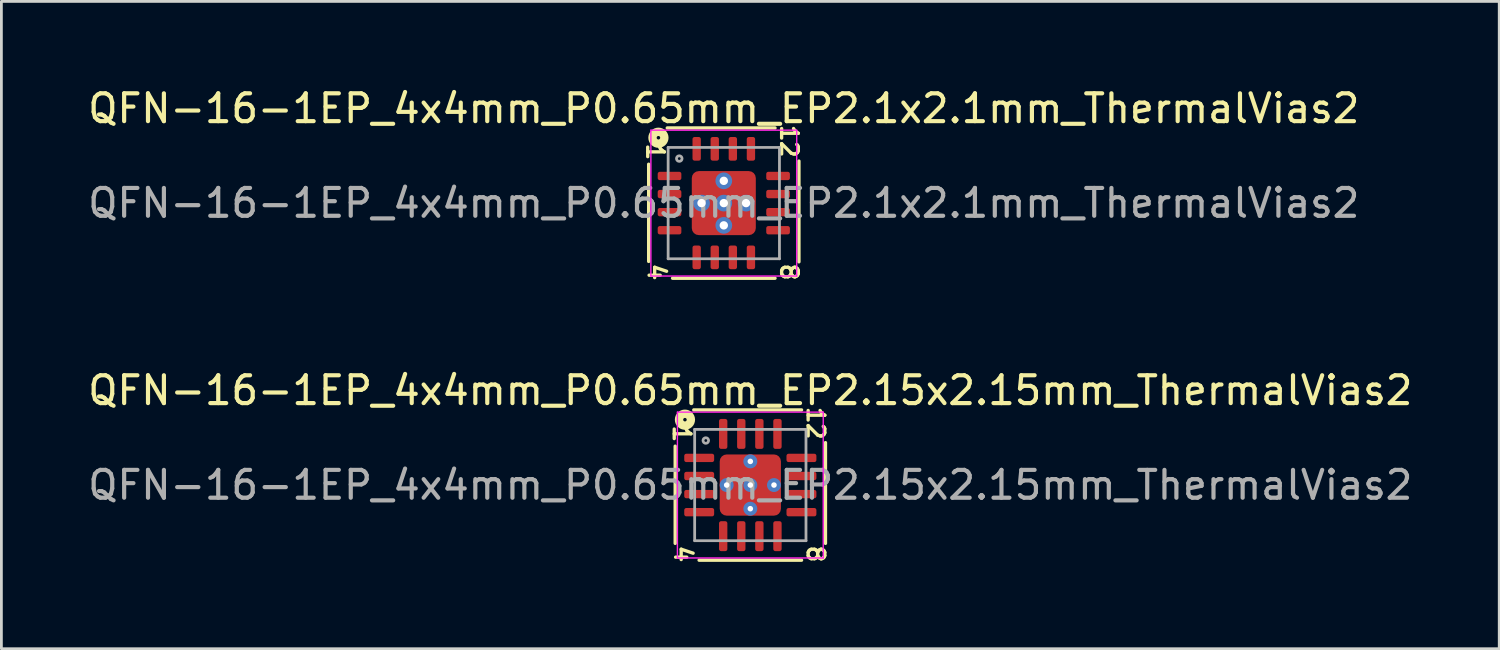
<source format=kicad_pcb>
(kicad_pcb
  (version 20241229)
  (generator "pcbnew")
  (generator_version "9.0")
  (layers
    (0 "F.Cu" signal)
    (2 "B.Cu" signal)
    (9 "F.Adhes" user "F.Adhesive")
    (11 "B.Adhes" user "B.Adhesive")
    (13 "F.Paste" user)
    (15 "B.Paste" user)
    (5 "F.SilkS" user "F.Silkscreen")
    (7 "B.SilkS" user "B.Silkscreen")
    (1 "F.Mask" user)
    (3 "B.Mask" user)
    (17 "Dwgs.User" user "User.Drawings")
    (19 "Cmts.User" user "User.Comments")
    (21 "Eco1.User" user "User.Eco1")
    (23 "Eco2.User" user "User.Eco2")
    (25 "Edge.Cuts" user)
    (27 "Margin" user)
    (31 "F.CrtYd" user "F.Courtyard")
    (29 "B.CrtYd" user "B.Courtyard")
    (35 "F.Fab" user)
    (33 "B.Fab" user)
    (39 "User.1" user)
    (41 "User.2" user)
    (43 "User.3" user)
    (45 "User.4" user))
  (footprint "QFN-16-1EP_4x4mm_P0.65mm_EP2.15x2.15mm_ThermalVias2"
    (layer "F.Cu")
    (at 23.911 14.379)
    (property "Reference" "QFN-16-1EP_4x4mm_P0.65mm_EP2.15x2.15mm_ThermalVias2" (at 0 -3.4 0) (layer "F.SilkS") (effects (font (size 1 1) (thickness 0.15))))
    (attr smd)
    (fp_line (start -2.7 -1.397) (end -2.7 2.095) (stroke (width 0.12) (type solid)) (layer "F.SilkS"))
    (fp_line (start -1.841 2.7) (end 1.841 2.7) (stroke (width 0.12) (type solid)) (layer "F.SilkS"))
    (fp_line (start 1.841 -2.7) (end -2.032 -2.7) (stroke (width 0.12) (type solid)) (layer "F.SilkS"))
    (fp_line (start 2.7 2.095) (end 2.7 -1.524) (stroke (width 0.12) (type solid)) (layer "F.SilkS"))
    (fp_circle (center -2.349 -2.349) (end -2.286 -2.349) (stroke (width 0.3) (type solid)) (fill no) (layer "F.SilkS"))
    (fp_line (start -2.62 -2.62) (end -2.62 2.62) (stroke (width 0.05) (type solid)) (layer "F.CrtYd"))
    (fp_line (start -2.62 2.62) (end 2.62 2.62) (stroke (width 0.05) (type solid)) (layer "F.CrtYd"))
    (fp_line (start 2.62 -2.62) (end -2.62 -2.62) (stroke (width 0.05) (type solid)) (layer "F.CrtYd"))
    (fp_line (start 2.62 2.62) (end 2.62 -2.62) (stroke (width 0.05) (type solid)) (layer "F.CrtYd"))
    (fp_line (start -2 -2) (end 2 -2) (stroke (width 0.1) (type solid)) (layer "F.Fab"))
    (fp_line (start -2 2) (end -2 -2) (stroke (width 0.1) (type solid)) (layer "F.Fab"))
    (fp_line (start 2 -2) (end 2 2) (stroke (width 0.1) (type solid)) (layer "F.Fab"))
    (fp_line (start 2 2) (end -2 2) (stroke (width 0.1) (type solid)) (layer "F.Fab"))
    (fp_circle (center -1.6 -1.6) (end -1.5 -1.6) (stroke (width 0.1) (type solid)) (fill no) (layer "F.Fab"))
    (fp_text user "4" (at -2.413 2.477 270) (unlocked yes) (layer "F.SilkS") (effects (font (size 0.6 0.6) (thickness 0.12))))
    (fp_text user "8" (at 2.349 2.477 270) (unlocked yes) (layer "F.SilkS") (effects (font (size 0.6 0.6) (thickness 0.12))))
    (fp_text user "12" (at 2.349 -2.223 270) (unlocked yes) (layer "F.SilkS") (effects (font (size 0.6 0.6) (thickness 0.12))))
    (fp_text user "1" (at -2.463 -1.841 270) (unlocked yes) (layer "F.SilkS") (effects (font (size 0.6 0.6) (thickness 0.12))))
    (fp_text user "${REFERENCE}" (at 0 0 0) (layer "F.Fab") (effects (font (size 1 1) (thickness 0.15))))
    (pad "" smd roundrect (at -0.625 -0.625) (size 0.6 0.6) (layers "F.Paste") (roundrect_rratio 0.25))
    (pad "" smd roundrect (at -0.625 -0.625) (size 0.75 0.75) (layers "F.Mask") (roundrect_rratio 0.25))
    (pad "" smd roundrect (at -0.625 0.625) (size 0.6 0.6) (layers "F.Paste") (roundrect_rratio 0.25))
    (pad "" smd roundrect (at -0.625 0.625) (size 0.75 0.75) (layers "F.Mask") (roundrect_rratio 0.25))
    (pad "" smd roundrect (at 0.625 -0.625) (size 0.6 0.6) (layers "F.Paste") (roundrect_rratio 0.25))
    (pad "" smd roundrect (at 0.625 -0.625) (size 0.75 0.75) (layers "F.Mask") (roundrect_rratio 0.25))
    (pad "" smd roundrect (at 0.625 0.625) (size 0.6 0.6) (layers "F.Paste") (roundrect_rratio 0.25))
    (pad "" smd roundrect (at 0.625 0.625) (size 0.75 0.75) (layers "F.Mask") (roundrect_rratio 0.25))
    (pad "1" smd roundrect (at -1.837 -0.975) (size 1.075 0.3) (layers "F.Cu" "F.Mask" "F.Paste") (roundrect_rratio 0.25))
    (pad "2" smd roundrect (at -1.837 -0.325) (size 1.075 0.3) (layers "F.Cu" "F.Mask" "F.Paste") (roundrect_rratio 0.25))
    (pad "3" smd roundrect (at -1.837 0.325) (size 1.075 0.3) (layers "F.Cu" "F.Mask" "F.Paste") (roundrect_rratio 0.25))
    (pad "4" smd roundrect (at -1.837 0.975) (size 1.075 0.3) (layers "F.Cu" "F.Mask" "F.Paste") (roundrect_rratio 0.25))
    (pad "5" smd roundrect (at -0.975 1.837) (size 0.3 1.075) (layers "F.Cu" "F.Mask" "F.Paste") (roundrect_rratio 0.25))
    (pad "6" smd roundrect (at -0.325 1.837) (size 0.3 1.075) (layers "F.Cu" "F.Mask" "F.Paste") (roundrect_rratio 0.25))
    (pad "7" smd roundrect (at 0.325 1.837) (size 0.3 1.075) (layers "F.Cu" "F.Mask" "F.Paste") (roundrect_rratio 0.25))
    (pad "8" smd roundrect (at 0.975 1.837) (size 0.3 1.075) (layers "F.Cu" "F.Mask" "F.Paste") (roundrect_rratio 0.25))
    (pad "9" smd roundrect (at 1.837 0.975) (size 1.075 0.3) (layers "F.Cu" "F.Mask" "F.Paste") (roundrect_rratio 0.25))
    (pad "10" smd roundrect (at 1.837 0.325) (size 1.075 0.3) (layers "F.Cu" "F.Mask" "F.Paste") (roundrect_rratio 0.25))
    (pad "11" smd roundrect (at 1.837 -0.325) (size 1.075 0.3) (layers "F.Cu" "F.Mask" "F.Paste") (roundrect_rratio 0.25))
    (pad "12" smd roundrect (at 1.837 -0.975) (size 1.075 0.3) (layers "F.Cu" "F.Mask" "F.Paste") (roundrect_rratio 0.25))
    (pad "13" smd roundrect (at 0.975 -1.837) (size 0.3 1.075) (layers "F.Cu" "F.Mask" "F.Paste") (roundrect_rratio 0.25))
    (pad "14" smd roundrect (at 0.325 -1.837) (size 0.3 1.075) (layers "F.Cu" "F.Mask" "F.Paste") (roundrect_rratio 0.25))
    (pad "15" smd roundrect (at -0.325 -1.837) (size 0.3 1.075) (layers "F.Cu" "F.Mask" "F.Paste") (roundrect_rratio 0.25))
    (pad "16" smd roundrect (at -0.975 -1.837) (size 0.3 1.075) (layers "F.Cu" "F.Mask" "F.Paste") (roundrect_rratio 0.25))
    (pad "17" thru_hole circle (at -0.85 0) (size 0.5 0.5) (drill 0.2) (property pad_prop_heatsink) (layers "*.Cu" "*.Mask"))
    (pad "17" thru_hole circle (at 0 -0.85) (size 0.5 0.5) (drill 0.2) (property pad_prop_heatsink) (layers "*.Cu" "*.Mask"))
    (pad "17" thru_hole circle (at 0 0) (size 0.5 0.5) (drill 0.2) (property pad_prop_heatsink) (layers "*.Cu" "*.Mask"))
    (pad "17" smd roundrect (at 0 0) (size 2.2 2.2) (layers "F.Cu") (roundrect_rratio 0.114))
    (pad "17" thru_hole circle (at 0 0.85) (size 0.5 0.5) (drill 0.2) (property pad_prop_heatsink) (layers "*.Cu" "*.Mask"))
    (pad "17" thru_hole circle (at 0.85 0) (size 0.5 0.5) (drill 0.2) (property pad_prop_heatsink) (layers "*.Cu" "*.Mask")))
  (footprint "QFN-16-1EP_4x4mm_P0.65mm_EP2.1x2.1mm_ThermalVias2"
    (layer "F.Cu")
    (at 22.958 4.248)
    (property "Reference" "QFN-16-1EP_4x4mm_P0.65mm_EP2.1x2.1mm_ThermalVias2" (at 0 -3.4 0) (layer "F.SilkS") (effects (font (size 1 1) (thickness 0.15))))
    (attr smd)
    (fp_line (start -2.7 -1.397) (end -2.7 2.095) (stroke (width 0.12) (type solid)) (layer "F.SilkS"))
    (fp_line (start -1.841 2.7) (end 1.841 2.7) (stroke (width 0.12) (type solid)) (layer "F.SilkS"))
    (fp_line (start 1.841 -2.7) (end -2.032 -2.7) (stroke (width 0.12) (type solid)) (layer "F.SilkS"))
    (fp_line (start 2.7 2.11) (end 2.7 -1.51) (stroke (width 0.12) (type solid)) (layer "F.SilkS"))
    (fp_circle (center -2.349 -2.349) (end -2.286 -2.349) (stroke (width 0.3) (type solid)) (fill no) (layer "F.SilkS"))
    (fp_line (start -2.62 -2.62) (end -2.62 2.62) (stroke (width 0.05) (type solid)) (layer "F.CrtYd"))
    (fp_line (start -2.62 2.62) (end 2.62 2.62) (stroke (width 0.05) (type solid)) (layer "F.CrtYd"))
    (fp_line (start 2.62 -2.62) (end -2.62 -2.62) (stroke (width 0.05) (type solid)) (layer "F.CrtYd"))
    (fp_line (start 2.62 2.62) (end 2.62 -2.62) (stroke (width 0.05) (type solid)) (layer "F.CrtYd"))
    (fp_line (start -2 -2) (end 2 -2) (stroke (width 0.1) (type solid)) (layer "F.Fab"))
    (fp_line (start -2 2) (end -2 -2) (stroke (width 0.1) (type solid)) (layer "F.Fab"))
    (fp_line (start 2 -2) (end 2 2) (stroke (width 0.1) (type solid)) (layer "F.Fab"))
    (fp_line (start 2 2) (end -2 2) (stroke (width 0.1) (type solid)) (layer "F.Fab"))
    (fp_circle (center -1.6 -1.6) (end -1.5 -1.6) (stroke (width 0.1) (type solid)) (fill no) (layer "F.Fab"))
    (fp_text user "1" (at -2.463 -1.841 270) (unlocked yes) (layer "F.SilkS") (effects (font (size 0.6 0.6) (thickness 0.12))))
    (fp_text user "4" (at -2.413 2.477 270) (unlocked yes) (layer "F.SilkS") (effects (font (size 0.6 0.6) (thickness 0.12))))
    (fp_text user "12" (at 2.349 -2.223 270) (unlocked yes) (layer "F.SilkS") (effects (font (size 0.6 0.6) (thickness 0.12))))
    (fp_text user "8" (at 2.349 2.477 270) (unlocked yes) (layer "F.SilkS") (effects (font (size 0.6 0.6) (thickness 0.12))))
    (fp_text user "${REFERENCE}" (at 0 0 0) (layer "F.Fab") (effects (font (size 1 1) (thickness 0.15))))
    (pad "" smd roundrect (at -0.675 -0.675) (size 0.55 0.55) (layers "F.Paste") (roundrect_rratio 0.25))
    (pad "" smd roundrect (at -0.675 -0.675) (size 0.75 0.75) (layers "F.Mask") (roundrect_rratio 0.25))
    (pad "" smd roundrect (at -0.675 0.675) (size 0.55 0.55) (layers "F.Paste") (roundrect_rratio 0.25))
    (pad "" smd roundrect (at -0.675 0.675) (size 0.75 0.75) (layers "F.Mask") (roundrect_rratio 0.25))
    (pad "" smd roundrect (at 0.675 -0.675) (size 0.55 0.55) (layers "F.Paste") (roundrect_rratio 0.25))
    (pad "" smd roundrect (at 0.675 -0.675) (size 0.75 0.75) (layers "F.Mask") (roundrect_rratio 0.25))
    (pad "" smd roundrect (at 0.675 0.675) (size 0.55 0.55) (layers "F.Paste") (roundrect_rratio 0.25))
    (pad "" smd roundrect (at 0.675 0.675) (size 0.75 0.75) (layers "F.Mask") (roundrect_rratio 0.25))
    (pad "1" smd roundrect (at -1.95 -0.975) (size 0.85 0.3) (layers "F.Cu" "F.Mask" "F.Paste") (roundrect_rratio 0.25))
    (pad "2" smd roundrect (at -1.95 -0.325) (size 0.85 0.3) (layers "F.Cu" "F.Mask" "F.Paste") (roundrect_rratio 0.25))
    (pad "3" smd roundrect (at -1.95 0.325) (size 0.85 0.3) (layers "F.Cu" "F.Mask" "F.Paste") (roundrect_rratio 0.25))
    (pad "4" smd roundrect (at -1.95 0.975) (size 0.85 0.3) (layers "F.Cu" "F.Mask" "F.Paste") (roundrect_rratio 0.25))
    (pad "5" smd roundrect (at -0.975 1.95) (size 0.3 0.85) (layers "F.Cu" "F.Mask" "F.Paste") (roundrect_rratio 0.25))
    (pad "6" smd roundrect (at -0.325 1.95) (size 0.3 0.85) (layers "F.Cu" "F.Mask" "F.Paste") (roundrect_rratio 0.25))
    (pad "7" smd roundrect (at 0.325 1.95) (size 0.3 0.85) (layers "F.Cu" "F.Mask" "F.Paste") (roundrect_rratio 0.25))
    (pad "8" smd roundrect (at 0.975 1.95) (size 0.3 0.85) (layers "F.Cu" "F.Mask" "F.Paste") (roundrect_rratio 0.25))
    (pad "9" smd roundrect (at 1.95 0.975) (size 0.85 0.3) (layers "F.Cu" "F.Mask" "F.Paste") (roundrect_rratio 0.25))
    (pad "10" smd roundrect (at 1.95 0.325) (size 0.85 0.3) (layers "F.Cu" "F.Mask" "F.Paste") (roundrect_rratio 0.25))
    (pad "11" smd roundrect (at 1.95 -0.325) (size 0.85 0.3) (layers "F.Cu" "F.Mask" "F.Paste") (roundrect_rratio 0.25))
    (pad "12" smd roundrect (at 1.95 -0.975) (size 0.85 0.3) (layers "F.Cu" "F.Mask" "F.Paste") (roundrect_rratio 0.25))
    (pad "13" smd roundrect (at 0.975 -1.95) (size 0.3 0.85) (layers "F.Cu" "F.Mask" "F.Paste") (roundrect_rratio 0.25))
    (pad "14" smd roundrect (at 0.325 -1.95) (size 0.3 0.85) (layers "F.Cu" "F.Mask" "F.Paste") (roundrect_rratio 0.25))
    (pad "15" smd roundrect (at -0.325 -1.95) (size 0.3 0.85) (layers "F.Cu" "F.Mask" "F.Paste") (roundrect_rratio 0.25))
    (pad "16" smd roundrect (at -0.975 -1.95) (size 0.3 0.85) (layers "F.Cu" "F.Mask" "F.Paste") (roundrect_rratio 0.25))
    (pad "17" thru_hole circle (at -0.8 0) (size 0.6 0.6) (drill 0.3) (property pad_prop_heatsink) (layers "*.Cu" "*.Mask"))
    (pad "17" thru_hole circle (at 0 -0.8) (size 0.6 0.6) (drill 0.3) (property pad_prop_heatsink) (layers "*.Cu" "*.Mask"))
    (pad "17" thru_hole circle (at 0 0) (size 0.6 0.6) (drill 0.3) (property pad_prop_heatsink) (layers "*.Cu" "*.Mask"))
    (pad "17" smd roundrect (at 0 0) (size 2.3 2.3) (layers "F.Cu") (roundrect_rratio 0.109))
    (pad "17" thru_hole circle (at 0 0.8) (size 0.6 0.6) (drill 0.3) (property pad_prop_heatsink) (layers "*.Cu" "*.Mask"))
    (pad "17" thru_hole circle (at 0.8 0) (size 0.6 0.6) (drill 0.3) (property pad_prop_heatsink) (layers "*.Cu" "*.Mask")))
  (gr_rect
    (start -3 -3)
    (end 50.821 20.261)
    (stroke (width 0.1) (type default))
    (fill no)
    (layer "Edge.Cuts")))
</source>
